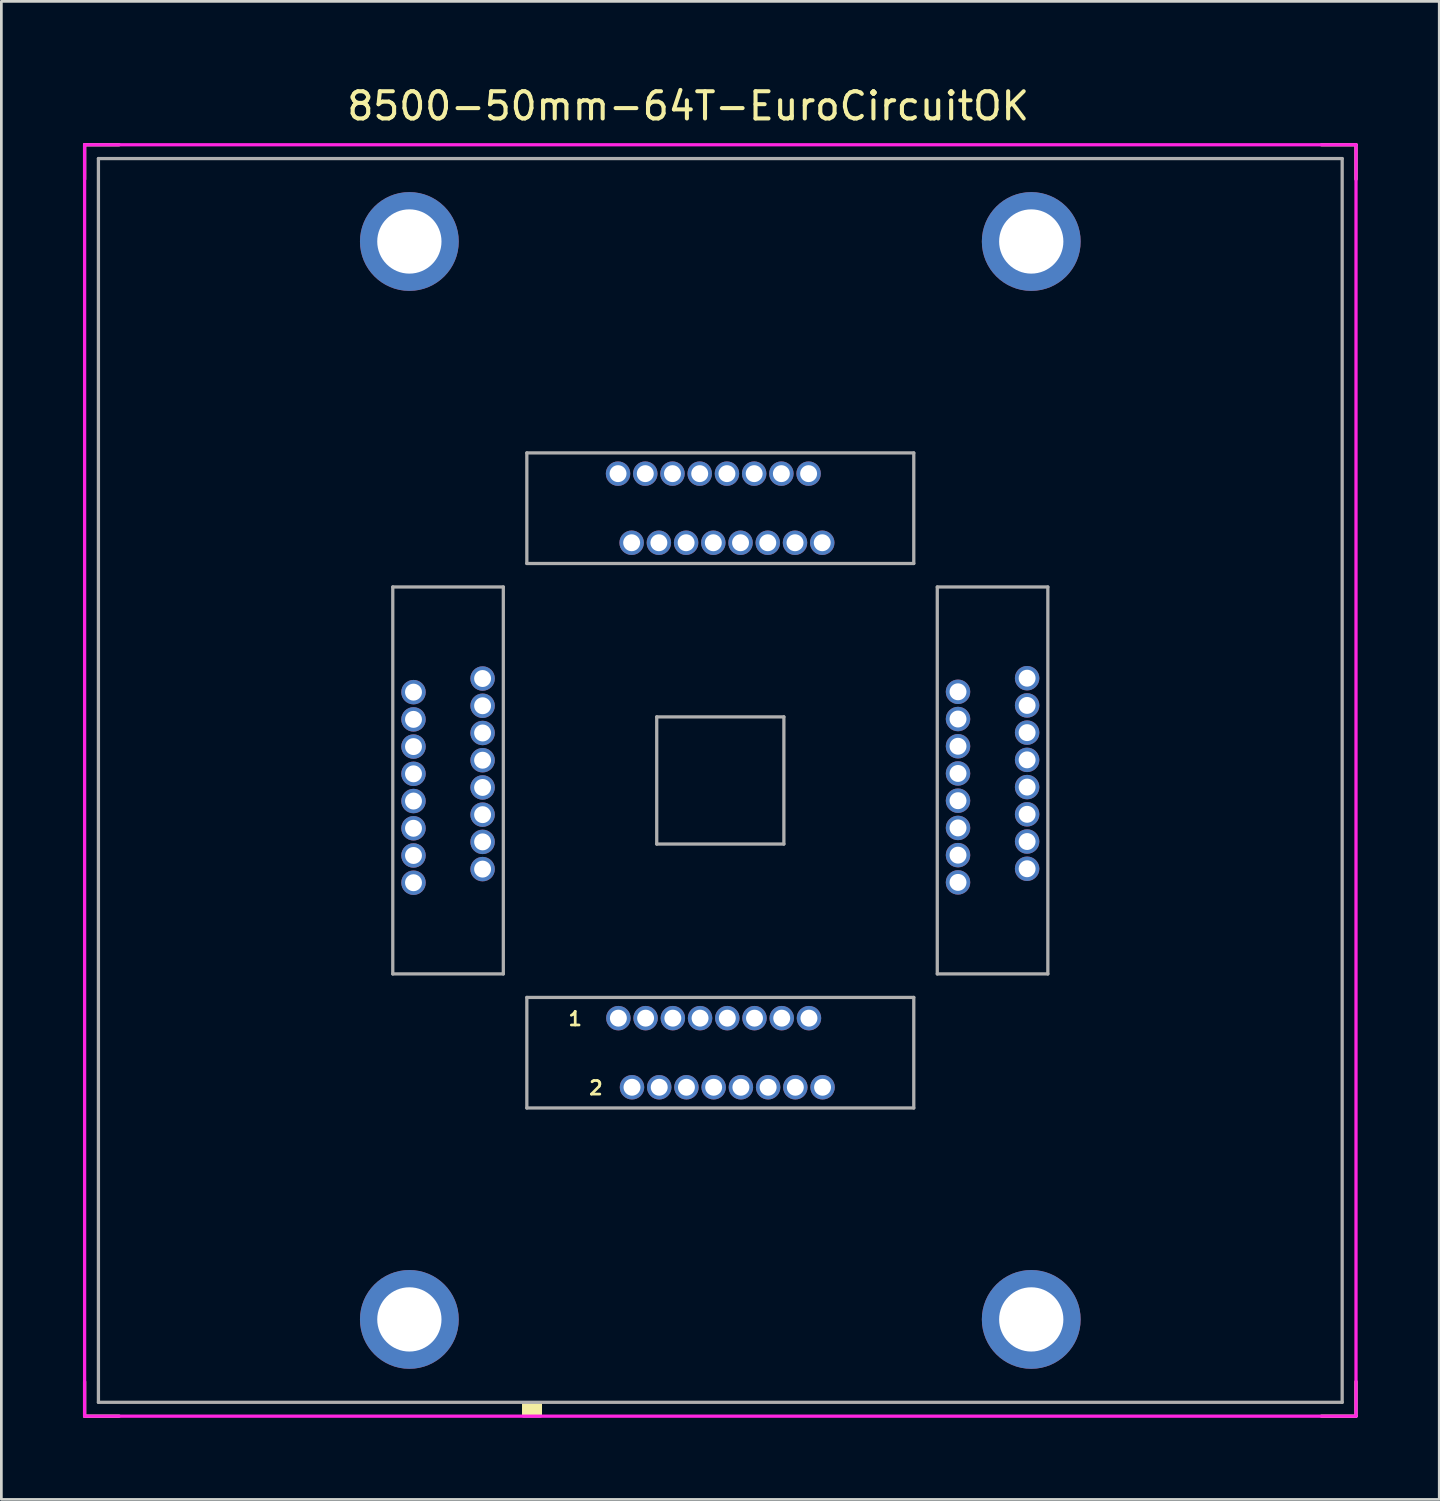
<source format=kicad_pcb>
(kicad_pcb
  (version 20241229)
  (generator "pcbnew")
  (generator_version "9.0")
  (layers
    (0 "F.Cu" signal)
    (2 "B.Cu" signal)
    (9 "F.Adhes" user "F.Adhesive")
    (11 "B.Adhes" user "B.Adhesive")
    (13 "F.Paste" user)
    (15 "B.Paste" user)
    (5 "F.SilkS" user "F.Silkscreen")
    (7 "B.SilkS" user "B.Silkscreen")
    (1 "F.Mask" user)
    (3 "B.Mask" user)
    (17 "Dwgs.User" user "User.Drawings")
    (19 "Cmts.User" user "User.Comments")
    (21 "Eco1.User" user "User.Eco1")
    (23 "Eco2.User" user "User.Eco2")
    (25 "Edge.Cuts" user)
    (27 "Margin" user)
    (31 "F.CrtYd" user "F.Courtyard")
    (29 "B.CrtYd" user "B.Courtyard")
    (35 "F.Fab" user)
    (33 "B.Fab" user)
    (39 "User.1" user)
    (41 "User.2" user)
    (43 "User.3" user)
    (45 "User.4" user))
  (footprint "8500-50mm-64T-EuroCircuitOK"
    (layer "F.Cu")
    (at 23.428 25.639)
    (property "Reference" "8500-50mm-64T-EuroCircuitOK" (at -1.181 -24.79 0) (layer "F.SilkS") (effects (font (size 1 1) (thickness 0.15))))
    (attr through_hole)
    (fp_line (start -23.368 -23.368) (end -22.098 -23.368) (stroke (width 0.12) (type solid)) (layer "F.SilkS"))
    (fp_line (start -23.368 -22.098) (end -23.368 -23.368) (stroke (width 0.12) (type solid)) (layer "F.SilkS"))
    (fp_line (start -23.368 22.098) (end -23.368 23.368) (stroke (width 0.12) (type solid)) (layer "F.SilkS"))
    (fp_line (start -23.368 23.368) (end -22.098 23.368) (stroke (width 0.12) (type solid)) (layer "F.SilkS"))
    (fp_line (start 22.098 -23.368) (end 23.368 -23.368) (stroke (width 0.12) (type solid)) (layer "F.SilkS"))
    (fp_line (start 22.098 23.368) (end 23.368 23.368) (stroke (width 0.12) (type solid)) (layer "F.SilkS"))
    (fp_line (start 23.368 -23.368) (end 23.368 -22.098) (stroke (width 0.12) (type solid)) (layer "F.SilkS"))
    (fp_line (start 23.368 23.368) (end 23.368 22.098) (stroke (width 0.12) (type solid)) (layer "F.SilkS"))
    (fp_poly (pts (xy -7.239 23.368) (xy -7.239 22.86) (xy -6.604 22.86) (xy -6.604 23.368)) (stroke (width 0.1) (type solid)) (fill yes) (layer "F.SilkS"))
    (fp_line (start -23.368 -23.368) (end -23.368 23.368) (stroke (width 0.12) (type solid)) (layer "F.CrtYd"))
    (fp_line (start -23.368 23.368) (end 23.368 23.368) (stroke (width 0.12) (type solid)) (layer "F.CrtYd"))
    (fp_line (start 23.368 -23.368) (end -23.368 -23.368) (stroke (width 0.12) (type solid)) (layer "F.CrtYd"))
    (fp_line (start 23.368 23.368) (end 23.368 -23.368) (stroke (width 0.12) (type solid)) (layer "F.CrtYd"))
    (fp_line (start -22.86 -22.86) (end -22.86 22.86) (stroke (width 0.12) (type solid)) (layer "F.Fab"))
    (fp_line (start -22.86 22.86) (end 22.86 22.86) (stroke (width 0.12) (type solid)) (layer "F.Fab"))
    (fp_line (start -12.04 -7.112) (end -12.04 7.112) (stroke (width 0.12) (type solid)) (layer "F.Fab"))
    (fp_line (start -7.976 -7.112) (end -12.04 -7.112) (stroke (width 0.12) (type solid)) (layer "F.Fab"))
    (fp_line (start -7.976 -7.112) (end -7.976 7.112) (stroke (width 0.12) (type solid)) (layer "F.Fab"))
    (fp_line (start -7.976 7.112) (end -12.04 7.112) (stroke (width 0.12) (type solid)) (layer "F.Fab"))
    (fp_line (start -7.112 -7.976) (end -7.112 -12.04) (stroke (width 0.12) (type solid)) (layer "F.Fab"))
    (fp_line (start -7.112 7.976) (end -7.112 12.04) (stroke (width 0.12) (type solid)) (layer "F.Fab"))
    (fp_line (start -7.112 7.976) (end 7.112 7.976) (stroke (width 0.12) (type solid)) (layer "F.Fab"))
    (fp_line (start -7.112 12.04) (end 7.112 12.04) (stroke (width 0.12) (type solid)) (layer "F.Fab"))
    (fp_line (start -2.337 -2.337) (end -2.337 2.337) (stroke (width 0.12) (type solid)) (layer "F.Fab"))
    (fp_line (start -2.337 2.337) (end 2.337 2.337) (stroke (width 0.12) (type solid)) (layer "F.Fab"))
    (fp_line (start 2.337 -2.337) (end -2.337 -2.337) (stroke (width 0.12) (type solid)) (layer "F.Fab"))
    (fp_line (start 2.337 2.337) (end 2.337 -2.337) (stroke (width 0.12) (type solid)) (layer "F.Fab"))
    (fp_line (start 7.112 -12.04) (end -7.112 -12.04) (stroke (width 0.12) (type solid)) (layer "F.Fab"))
    (fp_line (start 7.112 -7.976) (end -7.112 -7.976) (stroke (width 0.12) (type solid)) (layer "F.Fab"))
    (fp_line (start 7.112 -7.976) (end 7.112 -12.04) (stroke (width 0.12) (type solid)) (layer "F.Fab"))
    (fp_line (start 7.112 7.976) (end 7.112 12.04) (stroke (width 0.12) (type solid)) (layer "F.Fab"))
    (fp_line (start 7.976 -7.112) (end 12.04 -7.112) (stroke (width 0.12) (type solid)) (layer "F.Fab"))
    (fp_line (start 7.976 7.112) (end 7.976 -7.112) (stroke (width 0.12) (type solid)) (layer "F.Fab"))
    (fp_line (start 7.976 7.112) (end 12.04 7.112) (stroke (width 0.12) (type solid)) (layer "F.Fab"))
    (fp_line (start 12.04 7.112) (end 12.04 -7.112) (stroke (width 0.12) (type solid)) (layer "F.Fab"))
    (fp_line (start 22.86 -22.86) (end -22.86 -22.86) (stroke (width 0.12) (type solid)) (layer "F.Fab"))
    (fp_line (start 22.86 22.86) (end 22.86 -22.86) (stroke (width 0.12) (type solid)) (layer "F.Fab"))
    (fp_text user "1" (at -5.334 8.763 0) (layer "F.SilkS") (effects (font (size 0.5 0.5) (thickness 0.1))))
    (fp_text user "2" (at -4.572 11.303 0) (layer "F.SilkS") (effects (font (size 0.5 0.5) (thickness 0.1))))
    (pad "1" thru_hole circle (at -3.747 8.738) (size 0.899 0.899) (drill 0.622) (layers "*.Cu" "*.Mask"))
    (pad "2" thru_hole circle (at -3.246 11.278) (size 0.899 0.899) (drill 0.622) (layers "*.Cu" "*.Mask"))
    (pad "3" thru_hole circle (at -2.746 8.738) (size 0.899 0.899) (drill 0.622) (layers "*.Cu" "*.Mask"))
    (pad "4" thru_hole circle (at -2.245 11.278) (size 0.899 0.899) (drill 0.622) (layers "*.Cu" "*.Mask"))
    (pad "5" thru_hole circle (at -1.745 8.738) (size 0.899 0.899) (drill 0.622) (layers "*.Cu" "*.Mask"))
    (pad "6" thru_hole circle (at -1.245 11.278) (size 0.899 0.899) (drill 0.622) (layers "*.Cu" "*.Mask"))
    (pad "7" thru_hole circle (at -0.744 8.738) (size 0.899 0.899) (drill 0.622) (layers "*.Cu" "*.Mask"))
    (pad "8" thru_hole circle (at -0.244 11.278) (size 0.899 0.899) (drill 0.622) (layers "*.Cu" "*.Mask"))
    (pad "9" thru_hole circle (at 0.257 8.738) (size 0.899 0.899) (drill 0.622) (layers "*.Cu" "*.Mask"))
    (pad "10" thru_hole circle (at 0.757 11.278) (size 0.899 0.899) (drill 0.622) (layers "*.Cu" "*.Mask"))
    (pad "11" thru_hole circle (at 1.257 8.738) (size 0.899 0.899) (drill 0.622) (layers "*.Cu" "*.Mask"))
    (pad "12" thru_hole circle (at 1.758 11.278) (size 0.899 0.899) (drill 0.622) (layers "*.Cu" "*.Mask"))
    (pad "13" thru_hole circle (at 2.258 8.738) (size 0.899 0.899) (drill 0.622) (layers "*.Cu" "*.Mask"))
    (pad "14" thru_hole circle (at 2.758 11.278) (size 0.899 0.899) (drill 0.622) (layers "*.Cu" "*.Mask"))
    (pad "15" thru_hole circle (at 3.259 8.738) (size 0.899 0.899) (drill 0.622) (layers "*.Cu" "*.Mask"))
    (pad "16" thru_hole circle (at 3.759 11.278) (size 0.899 0.899) (drill 0.622) (layers "*.Cu" "*.Mask"))
    (pad "17" thru_hole circle (at 8.738 3.747) (size 0.899 0.899) (drill 0.622) (layers "*.Cu" "*.Mask"))
    (pad "18" thru_hole circle (at 11.278 3.246) (size 0.899 0.899) (drill 0.622) (layers "*.Cu" "*.Mask"))
    (pad "19" thru_hole circle (at 8.738 2.746) (size 0.899 0.899) (drill 0.622) (layers "*.Cu" "*.Mask"))
    (pad "20" thru_hole circle (at 11.278 2.245) (size 0.899 0.899) (drill 0.622) (layers "*.Cu" "*.Mask"))
    (pad "21" thru_hole circle (at 8.738 1.745) (size 0.899 0.899) (drill 0.622) (layers "*.Cu" "*.Mask"))
    (pad "22" thru_hole circle (at 11.278 1.245) (size 0.899 0.899) (drill 0.622) (layers "*.Cu" "*.Mask"))
    (pad "23" thru_hole circle (at 8.738 0.744) (size 0.899 0.899) (drill 0.622) (layers "*.Cu" "*.Mask"))
    (pad "24" thru_hole circle (at 11.278 0.244) (size 0.899 0.899) (drill 0.622) (layers "*.Cu" "*.Mask"))
    (pad "25" thru_hole circle (at 8.738 -0.257) (size 0.899 0.899) (drill 0.622) (layers "*.Cu" "*.Mask"))
    (pad "26" thru_hole circle (at 11.278 -0.757) (size 0.899 0.899) (drill 0.622) (layers "*.Cu" "*.Mask"))
    (pad "27" thru_hole circle (at 8.738 -1.257) (size 0.899 0.899) (drill 0.622) (layers "*.Cu" "*.Mask"))
    (pad "28" thru_hole circle (at 11.278 -1.758) (size 0.899 0.899) (drill 0.622) (layers "*.Cu" "*.Mask"))
    (pad "29" thru_hole circle (at 8.738 -2.258) (size 0.899 0.899) (drill 0.622) (layers "*.Cu" "*.Mask"))
    (pad "30" thru_hole circle (at 11.278 -2.758) (size 0.899 0.899) (drill 0.622) (layers "*.Cu" "*.Mask"))
    (pad "31" thru_hole circle (at 8.738 -3.259) (size 0.899 0.899) (drill 0.622) (layers "*.Cu" "*.Mask"))
    (pad "32" thru_hole circle (at 11.278 -3.759) (size 0.899 0.899) (drill 0.622) (layers "*.Cu" "*.Mask"))
    (pad "33" thru_hole circle (at 3.747 -8.738) (size 0.899 0.899) (drill 0.622) (layers "*.Cu" "*.Mask"))
    (pad "34" thru_hole circle (at 3.246 -11.278) (size 0.899 0.899) (drill 0.622) (layers "*.Cu" "*.Mask"))
    (pad "35" thru_hole circle (at 2.746 -8.738) (size 0.899 0.899) (drill 0.622) (layers "*.Cu" "*.Mask"))
    (pad "36" thru_hole circle (at 2.245 -11.278) (size 0.899 0.899) (drill 0.622) (layers "*.Cu" "*.Mask"))
    (pad "37" thru_hole circle (at 1.745 -8.738) (size 0.899 0.899) (drill 0.622) (layers "*.Cu" "*.Mask"))
    (pad "38" thru_hole circle (at 1.245 -11.278) (size 0.899 0.899) (drill 0.622) (layers "*.Cu" "*.Mask"))
    (pad "39" thru_hole circle (at 0.744 -8.738) (size 0.899 0.899) (drill 0.622) (layers "*.Cu" "*.Mask"))
    (pad "40" thru_hole circle (at 0.244 -11.278) (size 0.899 0.899) (drill 0.622) (layers "*.Cu" "*.Mask"))
    (pad "41" thru_hole circle (at -0.257 -8.738) (size 0.899 0.899) (drill 0.622) (layers "*.Cu" "*.Mask"))
    (pad "42" thru_hole circle (at -0.757 -11.278) (size 0.899 0.899) (drill 0.622) (layers "*.Cu" "*.Mask"))
    (pad "43" thru_hole circle (at -1.257 -8.738) (size 0.899 0.899) (drill 0.622) (layers "*.Cu" "*.Mask"))
    (pad "44" thru_hole circle (at -1.758 -11.278) (size 0.899 0.899) (drill 0.622) (layers "*.Cu" "*.Mask"))
    (pad "45" thru_hole circle (at -2.258 -8.738) (size 0.899 0.899) (drill 0.622) (layers "*.Cu" "*.Mask"))
    (pad "46" thru_hole circle (at -2.758 -11.278) (size 0.899 0.899) (drill 0.622) (layers "*.Cu" "*.Mask"))
    (pad "47" thru_hole circle (at -3.259 -8.738) (size 0.899 0.899) (drill 0.622) (layers "*.Cu" "*.Mask"))
    (pad "48" thru_hole circle (at -3.759 -11.278) (size 0.899 0.899) (drill 0.622) (layers "*.Cu" "*.Mask"))
    (pad "49" thru_hole circle (at -8.738 -3.747) (size 0.899 0.899) (drill 0.622) (layers "*.Cu" "*.Mask"))
    (pad "50" thru_hole circle (at -11.278 -3.246) (size 0.899 0.899) (drill 0.622) (layers "*.Cu" "*.Mask"))
    (pad "51" thru_hole circle (at -8.738 -2.746) (size 0.899 0.899) (drill 0.622) (layers "*.Cu" "*.Mask"))
    (pad "52" thru_hole circle (at -11.278 -2.245) (size 0.899 0.899) (drill 0.622) (layers "*.Cu" "*.Mask"))
    (pad "53" thru_hole circle (at -8.738 -1.745) (size 0.899 0.899) (drill 0.622) (layers "*.Cu" "*.Mask"))
    (pad "54" thru_hole circle (at -11.278 -1.245) (size 0.899 0.899) (drill 0.622) (layers "*.Cu" "*.Mask"))
    (pad "55" thru_hole circle (at -8.738 -0.744) (size 0.899 0.899) (drill 0.622) (layers "*.Cu" "*.Mask"))
    (pad "56" thru_hole circle (at -11.278 -0.244) (size 0.899 0.899) (drill 0.622) (layers "*.Cu" "*.Mask"))
    (pad "57" thru_hole circle (at -8.738 0.257) (size 0.899 0.899) (drill 0.622) (layers "*.Cu" "*.Mask"))
    (pad "58" thru_hole circle (at -11.278 0.757) (size 0.899 0.899) (drill 0.622) (layers "*.Cu" "*.Mask"))
    (pad "59" thru_hole circle (at -8.738 1.257) (size 0.899 0.899) (drill 0.622) (layers "*.Cu" "*.Mask"))
    (pad "60" thru_hole circle (at -11.278 1.758) (size 0.899 0.899) (drill 0.622) (layers "*.Cu" "*.Mask"))
    (pad "61" thru_hole circle (at -8.738 2.258) (size 0.899 0.899) (drill 0.622) (layers "*.Cu" "*.Mask"))
    (pad "62" thru_hole circle (at -11.278 2.758) (size 0.899 0.899) (drill 0.622) (layers "*.Cu" "*.Mask"))
    (pad "63" thru_hole circle (at -8.738 3.259) (size 0.899 0.899) (drill 0.622) (layers "*.Cu" "*.Mask"))
    (pad "64" thru_hole circle (at -11.278 3.759) (size 0.899 0.899) (drill 0.622) (layers "*.Cu" "*.Mask"))
    (pad "65" thru_hole circle (at -11.43 19.812) (size 3.632 3.632) (drill 2.362) (layers "*.Cu" "*.Mask"))
    (pad "66" thru_hole circle (at 11.43 19.812) (size 3.632 3.632) (drill 2.362) (layers "*.Cu" "*.Mask"))
    (pad "67" thru_hole circle (at 11.43 -19.812) (size 3.632 3.632) (drill 2.362) (layers "*.Cu" "*.Mask"))
    (pad "68" thru_hole circle (at -11.43 -19.812) (size 3.632 3.632) (drill 2.362) (layers "*.Cu" "*.Mask")))
  (gr_rect
    (start -3 -3)
    (end 49.856 52.067)
    (stroke (width 0.1) (type default))
    (fill no)
    (layer "Edge.Cuts")))
</source>
